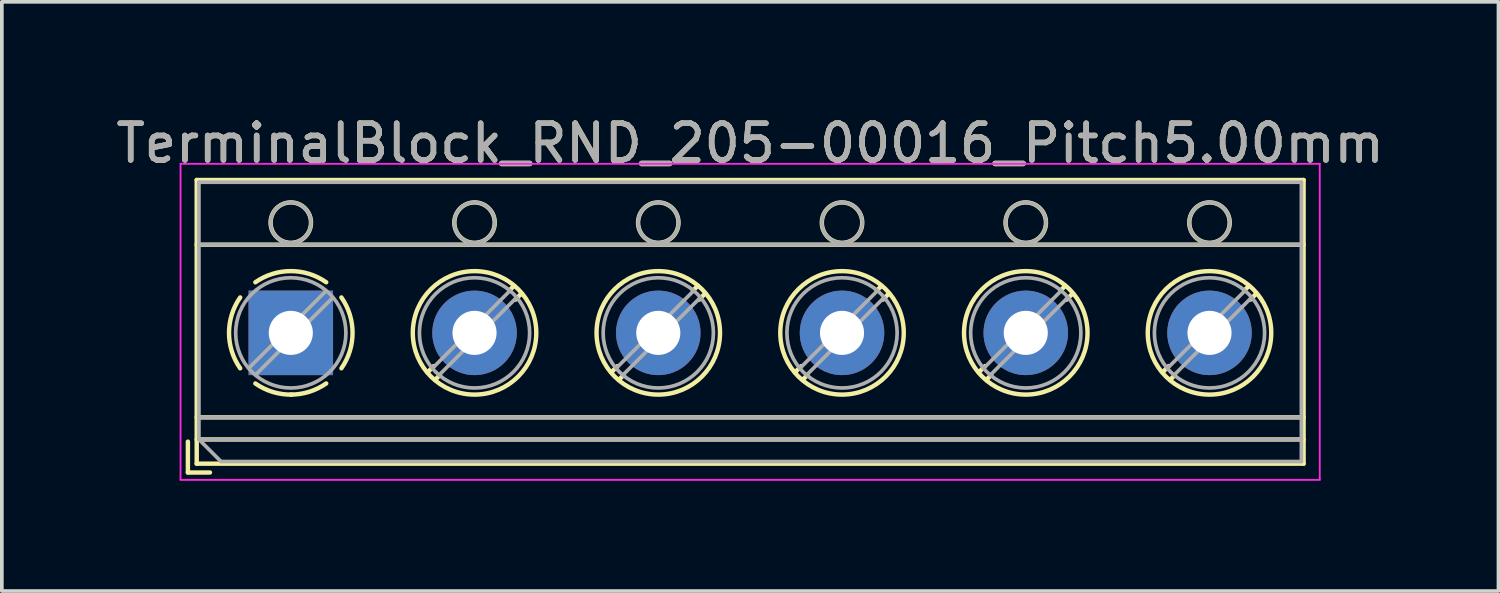
<source format=kicad_pcb>
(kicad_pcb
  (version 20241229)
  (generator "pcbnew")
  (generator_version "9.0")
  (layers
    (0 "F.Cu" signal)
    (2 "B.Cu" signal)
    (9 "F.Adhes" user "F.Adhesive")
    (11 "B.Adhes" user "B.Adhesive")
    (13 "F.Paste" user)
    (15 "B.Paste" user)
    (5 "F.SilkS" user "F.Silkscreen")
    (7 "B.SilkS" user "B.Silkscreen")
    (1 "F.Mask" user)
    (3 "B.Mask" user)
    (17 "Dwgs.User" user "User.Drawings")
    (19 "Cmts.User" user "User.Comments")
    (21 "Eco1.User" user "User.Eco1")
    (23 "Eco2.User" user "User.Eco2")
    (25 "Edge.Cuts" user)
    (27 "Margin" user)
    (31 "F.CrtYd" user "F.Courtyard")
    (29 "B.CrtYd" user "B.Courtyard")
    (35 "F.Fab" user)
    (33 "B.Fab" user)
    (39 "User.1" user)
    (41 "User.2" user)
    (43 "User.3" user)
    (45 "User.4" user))
  (footprint "TerminalBlock_RND_205-00016_Pitch5.00mm"
    (layer "F.Cu")
    (at 4.863 6.008)
    (property "Reference" "TerminalBlock_RND_205-00016_Pitch5.00mm" (at 12.5 -5.16 0) (layer "F.SilkS") (effects (font (size 1 1) (thickness 0.15))))
    (attr through_hole)
    (fp_line (start -2.8 2.96) (end -2.8 3.8) (stroke (width 0.12) (type solid)) (layer "F.SilkS"))
    (fp_line (start -2.8 3.8) (end -2.2 3.8) (stroke (width 0.12) (type solid)) (layer "F.SilkS"))
    (fp_line (start -2.56 -4.16) (end -2.56 3.56) (stroke (width 0.12) (type solid)) (layer "F.SilkS"))
    (fp_line (start -2.56 -2.4) (end 27.56 -2.4) (stroke (width 0.12) (type solid)) (layer "F.SilkS"))
    (fp_line (start -2.56 2.3) (end 27.56 2.3) (stroke (width 0.12) (type solid)) (layer "F.SilkS"))
    (fp_line (start -2.56 2.9) (end 27.56 2.9) (stroke (width 0.12) (type solid)) (layer "F.SilkS"))
    (fp_line (start -2.56 3.56) (end 27.56 3.56) (stroke (width 0.12) (type solid)) (layer "F.SilkS"))
    (fp_line (start 3.89 0.905) (end 3.726 1.069) (stroke (width 0.12) (type solid)) (layer "F.SilkS"))
    (fp_line (start 4.06 1.146) (end 3.931 1.274) (stroke (width 0.12) (type solid)) (layer "F.SilkS"))
    (fp_line (start 6.07 -1.275) (end 5.941 -1.146) (stroke (width 0.12) (type solid)) (layer "F.SilkS"))
    (fp_line (start 6.275 -1.069) (end 6.111 -0.905) (stroke (width 0.12) (type solid)) (layer "F.SilkS"))
    (fp_line (start 8.89 0.905) (end 8.726 1.069) (stroke (width 0.12) (type solid)) (layer "F.SilkS"))
    (fp_line (start 9.06 1.146) (end 8.931 1.274) (stroke (width 0.12) (type solid)) (layer "F.SilkS"))
    (fp_line (start 11.07 -1.275) (end 10.941 -1.146) (stroke (width 0.12) (type solid)) (layer "F.SilkS"))
    (fp_line (start 11.275 -1.069) (end 11.111 -0.905) (stroke (width 0.12) (type solid)) (layer "F.SilkS"))
    (fp_line (start 13.89 0.905) (end 13.726 1.069) (stroke (width 0.12) (type solid)) (layer "F.SilkS"))
    (fp_line (start 14.06 1.146) (end 13.931 1.274) (stroke (width 0.12) (type solid)) (layer "F.SilkS"))
    (fp_line (start 16.07 -1.275) (end 15.941 -1.146) (stroke (width 0.12) (type solid)) (layer "F.SilkS"))
    (fp_line (start 16.275 -1.069) (end 16.111 -0.905) (stroke (width 0.12) (type solid)) (layer "F.SilkS"))
    (fp_line (start 18.89 0.905) (end 18.726 1.069) (stroke (width 0.12) (type solid)) (layer "F.SilkS"))
    (fp_line (start 19.06 1.146) (end 18.931 1.274) (stroke (width 0.12) (type solid)) (layer "F.SilkS"))
    (fp_line (start 21.07 -1.275) (end 20.941 -1.146) (stroke (width 0.12) (type solid)) (layer "F.SilkS"))
    (fp_line (start 21.275 -1.069) (end 21.111 -0.905) (stroke (width 0.12) (type solid)) (layer "F.SilkS"))
    (fp_line (start 23.89 0.905) (end 23.726 1.069) (stroke (width 0.12) (type solid)) (layer "F.SilkS"))
    (fp_line (start 24.06 1.146) (end 23.931 1.274) (stroke (width 0.12) (type solid)) (layer "F.SilkS"))
    (fp_line (start 26.07 -1.275) (end 25.941 -1.146) (stroke (width 0.12) (type solid)) (layer "F.SilkS"))
    (fp_line (start 26.275 -1.069) (end 26.111 -0.905) (stroke (width 0.12) (type solid)) (layer "F.SilkS"))
    (fp_line (start 27.56 -4.16) (end -2.56 -4.16) (stroke (width 0.12) (type solid)) (layer "F.SilkS"))
    (fp_line (start 27.56 3.56) (end 27.56 -4.16) (stroke (width 0.12) (type solid)) (layer "F.SilkS"))
    (fp_arc (start -1.376825 0.964249) (mid -1.6809 0.000152) (end -1.377 -0.964) (stroke (width 0.12) (type solid)) (layer "F.SilkS"))
    (fp_arc (start -0.964249 -1.376825) (mid -0.000152 -1.6809) (end 0.964 -1.377) (stroke (width 0.12) (type solid)) (layer "F.SilkS"))
    (fp_arc (start 0.029488 1.680641) (mid -0.491302 1.607497) (end -0.964 1.377) (stroke (width 0.12) (type solid)) (layer "F.SilkS"))
    (fp_arc (start 0.963608 1.376175) (mid 0.505186 1.602244) (end 0 1.68) (stroke (width 0.12) (type solid)) (layer "F.SilkS"))
    (fp_arc (start 1.376825 -0.964249) (mid 1.6809 -0.000152) (end 1.377 0.964) (stroke (width 0.12) (type solid)) (layer "F.SilkS"))
    (fp_circle (center 0 -3) (end 0.55 -3) (stroke (width 0.12) (type solid)) (fill no) (layer "F.SilkS"))
    (fp_circle (center 5 -3) (end 5.55 -3) (stroke (width 0.12) (type solid)) (fill no) (layer "F.SilkS"))
    (fp_circle (center 5 0) (end 6.68 0) (stroke (width 0.12) (type solid)) (fill no) (layer "F.SilkS"))
    (fp_circle (center 10 -3) (end 10.55 -3) (stroke (width 0.12) (type solid)) (fill no) (layer "F.SilkS"))
    (fp_circle (center 10 0) (end 11.68 0) (stroke (width 0.12) (type solid)) (fill no) (layer "F.SilkS"))
    (fp_circle (center 15 -3) (end 15.55 -3) (stroke (width 0.12) (type solid)) (fill no) (layer "F.SilkS"))
    (fp_circle (center 15 0) (end 16.68 0) (stroke (width 0.12) (type solid)) (fill no) (layer "F.SilkS"))
    (fp_circle (center 20 -3) (end 20.55 -3) (stroke (width 0.12) (type solid)) (fill no) (layer "F.SilkS"))
    (fp_circle (center 20 0) (end 21.68 0) (stroke (width 0.12) (type solid)) (fill no) (layer "F.SilkS"))
    (fp_circle (center 25 -3) (end 25.55 -3) (stroke (width 0.12) (type solid)) (fill no) (layer "F.SilkS"))
    (fp_circle (center 25 0) (end 26.68 0) (stroke (width 0.12) (type solid)) (fill no) (layer "F.SilkS"))
    (fp_line (start -3 -4.6) (end -3 4) (stroke (width 0.05) (type solid)) (layer "F.CrtYd"))
    (fp_line (start -3 4) (end 28 4) (stroke (width 0.05) (type solid)) (layer "F.CrtYd"))
    (fp_line (start 28 -4.6) (end -3 -4.6) (stroke (width 0.05) (type solid)) (layer "F.CrtYd"))
    (fp_line (start 28 4) (end 28 -4.6) (stroke (width 0.05) (type solid)) (layer "F.CrtYd"))
    (fp_line (start -2.5 -4.1) (end 27.5 -4.1) (stroke (width 0.1) (type solid)) (layer "F.Fab"))
    (fp_line (start -2.5 -2.4) (end 27.5 -2.4) (stroke (width 0.1) (type solid)) (layer "F.Fab"))
    (fp_line (start -2.5 2.3) (end 27.5 2.3) (stroke (width 0.1) (type solid)) (layer "F.Fab"))
    (fp_line (start -2.5 2.9) (end -2.5 -4.1) (stroke (width 0.1) (type solid)) (layer "F.Fab"))
    (fp_line (start -2.5 2.9) (end 27.5 2.9) (stroke (width 0.1) (type solid)) (layer "F.Fab"))
    (fp_line (start -1.9 3.5) (end -2.5 2.9) (stroke (width 0.1) (type solid)) (layer "F.Fab"))
    (fp_line (start 0.955 -1.138) (end -1.138 0.955) (stroke (width 0.1) (type solid)) (layer "F.Fab"))
    (fp_line (start 1.138 -0.955) (end -0.955 1.138) (stroke (width 0.1) (type solid)) (layer "F.Fab"))
    (fp_line (start 5.955 -1.138) (end 3.863 0.955) (stroke (width 0.1) (type solid)) (layer "F.Fab"))
    (fp_line (start 6.138 -0.955) (end 4.046 1.138) (stroke (width 0.1) (type solid)) (layer "F.Fab"))
    (fp_line (start 10.955 -1.138) (end 8.863 0.955) (stroke (width 0.1) (type solid)) (layer "F.Fab"))
    (fp_line (start 11.138 -0.955) (end 9.046 1.138) (stroke (width 0.1) (type solid)) (layer "F.Fab"))
    (fp_line (start 15.955 -1.138) (end 13.863 0.955) (stroke (width 0.1) (type solid)) (layer "F.Fab"))
    (fp_line (start 16.138 -0.955) (end 14.046 1.138) (stroke (width 0.1) (type solid)) (layer "F.Fab"))
    (fp_line (start 20.955 -1.138) (end 18.863 0.955) (stroke (width 0.1) (type solid)) (layer "F.Fab"))
    (fp_line (start 21.138 -0.955) (end 19.046 1.138) (stroke (width 0.1) (type solid)) (layer "F.Fab"))
    (fp_line (start 25.955 -1.138) (end 23.863 0.955) (stroke (width 0.1) (type solid)) (layer "F.Fab"))
    (fp_line (start 26.138 -0.955) (end 24.046 1.138) (stroke (width 0.1) (type solid)) (layer "F.Fab"))
    (fp_line (start 27.5 -4.1) (end 27.5 3.5) (stroke (width 0.1) (type solid)) (layer "F.Fab"))
    (fp_line (start 27.5 3.5) (end -1.9 3.5) (stroke (width 0.1) (type solid)) (layer "F.Fab"))
    (fp_circle (center 0 -3) (end 0.55 -3) (stroke (width 0.1) (type solid)) (fill no) (layer "F.Fab"))
    (fp_circle (center 0 0) (end 1.5 0) (stroke (width 0.1) (type solid)) (fill no) (layer "F.Fab"))
    (fp_circle (center 5 -3) (end 5.55 -3) (stroke (width 0.1) (type solid)) (fill no) (layer "F.Fab"))
    (fp_circle (center 5 0) (end 6.5 0) (stroke (width 0.1) (type solid)) (fill no) (layer "F.Fab"))
    (fp_circle (center 10 -3) (end 10.55 -3) (stroke (width 0.1) (type solid)) (fill no) (layer "F.Fab"))
    (fp_circle (center 10 0) (end 11.5 0) (stroke (width 0.1) (type solid)) (fill no) (layer "F.Fab"))
    (fp_circle (center 15 -3) (end 15.55 -3) (stroke (width 0.1) (type solid)) (fill no) (layer "F.Fab"))
    (fp_circle (center 15 0) (end 16.5 0) (stroke (width 0.1) (type solid)) (fill no) (layer "F.Fab"))
    (fp_circle (center 20 -3) (end 20.55 -3) (stroke (width 0.1) (type solid)) (fill no) (layer "F.Fab"))
    (fp_circle (center 20 0) (end 21.5 0) (stroke (width 0.1) (type solid)) (fill no) (layer "F.Fab"))
    (fp_circle (center 25 -3) (end 25.55 -3) (stroke (width 0.1) (type solid)) (fill no) (layer "F.Fab"))
    (fp_circle (center 25 0) (end 26.5 0) (stroke (width 0.1) (type solid)) (fill no) (layer "F.Fab"))
    (fp_text user "${REFERENCE}" (at 12.5 -5.16 0) (layer "F.Fab") (effects (font (size 1 1) (thickness 0.15))))
    (pad "1" thru_hole rect (at 0 0) (size 2.3 2.3) (drill 1.2) (layers "*.Cu" "*.Mask"))
    (pad "2" thru_hole circle (at 5 0) (size 2.3 2.3) (drill 1.2) (layers "*.Cu" "*.Mask"))
    (pad "3" thru_hole circle (at 10 0) (size 2.3 2.3) (drill 1.2) (layers "*.Cu" "*.Mask"))
    (pad "4" thru_hole circle (at 15 0) (size 2.3 2.3) (drill 1.2) (layers "*.Cu" "*.Mask"))
    (pad "5" thru_hole circle (at 20 0) (size 2.3 2.3) (drill 1.2) (layers "*.Cu" "*.Mask"))
    (pad "6" thru_hole circle (at 25 0) (size 2.3 2.3) (drill 1.2) (layers "*.Cu" "*.Mask")))
  (gr_rect
    (start -3 -3)
    (end 37.726 13.033)
    (stroke (width 0.1) (type default))
    (fill no)
    (layer "Edge.Cuts")))
</source>
